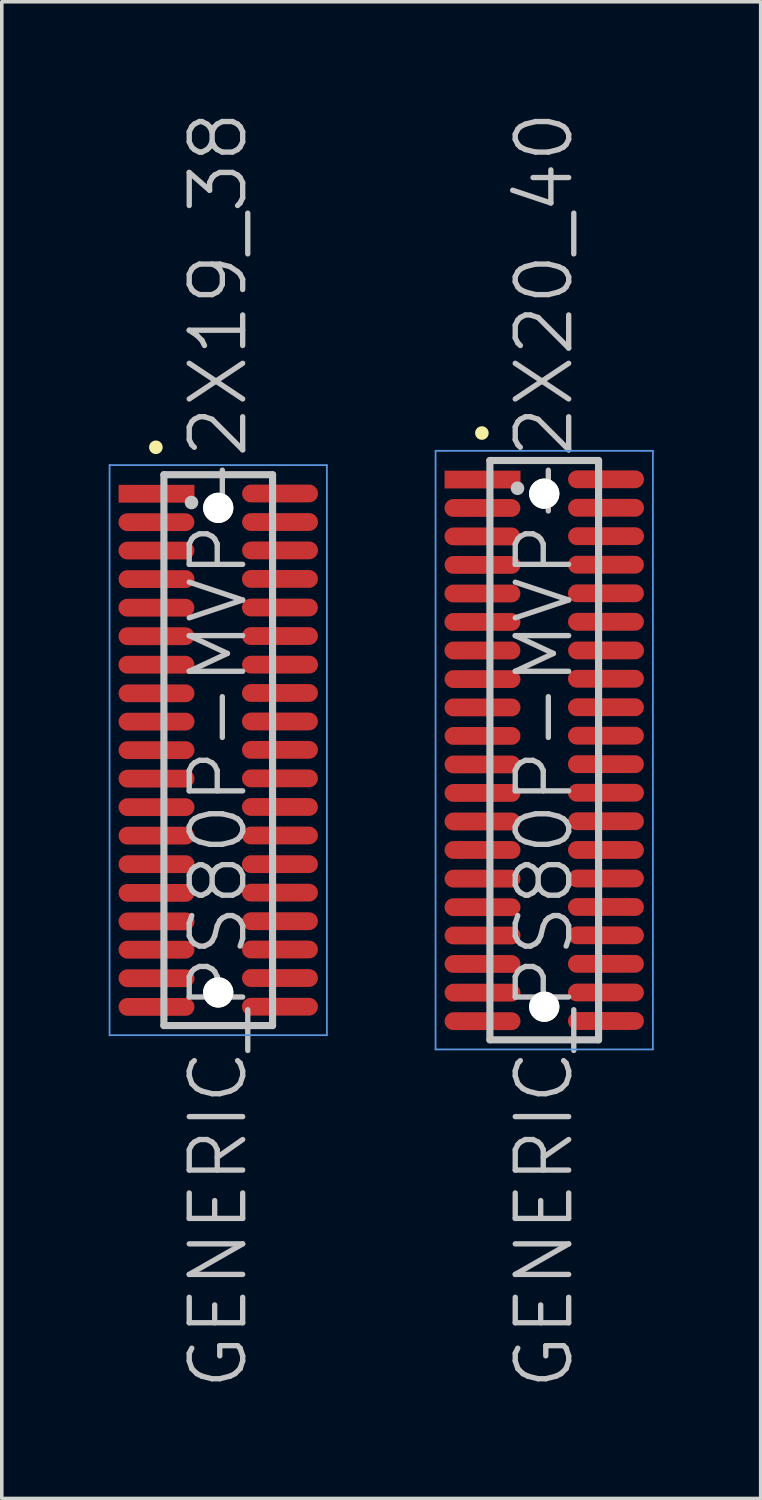
<source format=kicad_pcb>
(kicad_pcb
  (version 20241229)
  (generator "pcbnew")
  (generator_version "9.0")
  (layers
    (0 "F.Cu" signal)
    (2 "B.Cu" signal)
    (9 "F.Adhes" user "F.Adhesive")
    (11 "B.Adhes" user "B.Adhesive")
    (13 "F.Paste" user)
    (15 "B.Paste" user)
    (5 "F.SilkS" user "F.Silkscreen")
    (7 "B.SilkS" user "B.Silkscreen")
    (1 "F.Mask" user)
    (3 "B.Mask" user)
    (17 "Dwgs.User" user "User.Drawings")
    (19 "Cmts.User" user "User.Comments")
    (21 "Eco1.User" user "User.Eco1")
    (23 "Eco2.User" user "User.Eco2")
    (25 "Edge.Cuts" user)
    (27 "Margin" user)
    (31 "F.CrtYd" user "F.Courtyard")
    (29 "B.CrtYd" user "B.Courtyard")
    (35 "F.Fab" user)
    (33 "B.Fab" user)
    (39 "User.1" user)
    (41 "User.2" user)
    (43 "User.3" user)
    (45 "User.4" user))
  (footprint "GENERIC_PS80P-MVP-2X19_38"
    (layer "F.Cu")
    (at 3.075 18.004)
    (property "Reference" "GENERIC_PS80P-MVP-2X19_38" (at 0 0 90) (layer "Dwgs.User") (effects (font (size 1.5 1.5) (thickness 0.15))))
    (attr smd)
    (fp_line (start -1.75 -8.5) (end -1.75 -8.5) (stroke (width 0.381) (type solid)) (layer "F.SilkS"))
    (fp_line (start -1.525 -7.73) (end -1.525 7.73) (stroke (width 0.2) (type solid)) (layer "Dwgs.User"))
    (fp_line (start -1.525 -7.73) (end 1.525 -7.73) (stroke (width 0.2) (type solid)) (layer "Dwgs.User"))
    (fp_line (start -1.525 7.73) (end 1.525 7.73) (stroke (width 0.2) (type solid)) (layer "Dwgs.User"))
    (fp_line (start -0.75 -6.95) (end -0.75 -6.95) (stroke (width 0.381) (type solid)) (layer "Dwgs.User"))
    (fp_line (start 1.525 -7.73) (end 1.525 7.73) (stroke (width 0.2) (type solid)) (layer "Dwgs.User"))
    (fp_line (start -3.05 -8) (end -3.05 8) (stroke (width 0.05) (type solid)) (layer "Cmts.User"))
    (fp_line (start -3.05 -8) (end 3.05 -8) (stroke (width 0.05) (type solid)) (layer "Cmts.User"))
    (fp_line (start -3.05 8) (end 3.05 8) (stroke (width 0.05) (type solid)) (layer "Cmts.User"))
    (fp_line (start 3.05 -8) (end 3.05 8) (stroke (width 0.05) (type solid)) (layer "Cmts.User"))
    (pad "" np_thru_hole circle (at 0 -6.8 270) (size 0.848 0.848) (drill 0.848) (layers "*.Cu" "*.Mask" "F.SilkS"))
    (pad "" np_thru_hole circle (at 0 6.8 270) (size 0.848 0.848) (drill 0.848) (layers "*.Cu" "*.Mask" "F.SilkS"))
    (pad "1" smd rect (at -1.732 -7.196 270) (size 0.5 2.13) (layers "F.Cu" "F.Mask" "F.Paste"))
    (pad "2" smd oval (at 1.735 -7.203 270) (size 0.5 2.13) (layers "F.Cu" "F.Mask" "F.Paste"))
    (pad "3" smd oval (at -1.735 -6.398 270) (size 0.5 2.13) (layers "F.Cu" "F.Mask" "F.Paste"))
    (pad "4" smd oval (at 1.735 -6.403 270) (size 0.5 2.13) (layers "F.Cu" "F.Mask" "F.Paste"))
    (pad "5" smd oval (at -1.735 -5.601 270) (size 0.5 2.13) (layers "F.Cu" "F.Mask" "F.Paste"))
    (pad "6" smd oval (at 1.735 -5.606 270) (size 0.5 2.13) (layers "F.Cu" "F.Mask" "F.Paste"))
    (pad "7" smd oval (at -1.732 -4.801 270) (size 0.5 2.13) (layers "F.Cu" "F.Mask" "F.Paste"))
    (pad "8" smd oval (at 1.732 -4.806 270) (size 0.5 2.13) (layers "F.Cu" "F.Mask" "F.Paste"))
    (pad "9" smd oval (at -1.735 -3.998 270) (size 0.5 2.13) (layers "F.Cu" "F.Mask" "F.Paste"))
    (pad "10" smd oval (at 1.732 -4.003 270) (size 0.5 2.13) (layers "F.Cu" "F.Mask" "F.Paste"))
    (pad "11" smd oval (at -1.735 -3.198 270) (size 0.5 2.13) (layers "F.Cu" "F.Mask" "F.Paste"))
    (pad "12" smd oval (at 1.732 -3.203 270) (size 0.5 2.13) (layers "F.Cu" "F.Mask" "F.Paste"))
    (pad "13" smd oval (at -1.735 -2.398 270) (size 0.5 2.13) (layers "F.Cu" "F.Mask" "F.Paste"))
    (pad "14" smd oval (at 1.735 -2.4 270) (size 0.5 2.13) (layers "F.Cu" "F.Mask" "F.Paste"))
    (pad "15" smd oval (at -1.732 -1.595 270) (size 0.5 2.13) (layers "F.Cu" "F.Mask" "F.Paste"))
    (pad "16" smd oval (at 1.732 -1.605 270) (size 0.5 2.13) (layers "F.Cu" "F.Mask" "F.Paste"))
    (pad "17" smd oval (at -1.732 -0.8 270) (size 0.5 2.13) (layers "F.Cu" "F.Mask" "F.Paste"))
    (pad "18" smd oval (at 1.732 -0.805 270) (size 0.5 2.13) (layers "F.Cu" "F.Mask" "F.Paste"))
    (pad "19" smd oval (at -1.732 0 270) (size 0.5 2.13) (layers "F.Cu" "F.Mask" "F.Paste"))
    (pad "20" smd oval (at 1.732 -0.008 270) (size 0.5 2.13) (layers "F.Cu" "F.Mask" "F.Paste"))
    (pad "21" smd oval (at -1.732 0.8 270) (size 0.5 2.13) (layers "F.Cu" "F.Mask" "F.Paste"))
    (pad "22" smd oval (at 1.732 0.792 270) (size 0.5 2.13) (layers "F.Cu" "F.Mask" "F.Paste"))
    (pad "23" smd oval (at -1.732 1.6 270) (size 0.5 2.13) (layers "F.Cu" "F.Mask" "F.Paste"))
    (pad "24" smd oval (at 1.732 1.595 270) (size 0.5 2.13) (layers "F.Cu" "F.Mask" "F.Paste"))
    (pad "25" smd oval (at -1.732 2.4 270) (size 0.5 2.13) (layers "F.Cu" "F.Mask" "F.Paste"))
    (pad "26" smd oval (at 1.732 2.395 270) (size 0.5 2.13) (layers "F.Cu" "F.Mask" "F.Paste"))
    (pad "27" smd oval (at -1.732 3.2 270) (size 0.5 2.13) (layers "F.Cu" "F.Mask" "F.Paste"))
    (pad "28" smd oval (at 1.732 3.2 270) (size 0.5 2.13) (layers "F.Cu" "F.Mask" "F.Paste"))
    (pad "29" smd oval (at -1.732 4.006 270) (size 0.5 2.13) (layers "F.Cu" "F.Mask" "F.Paste"))
    (pad "30" smd oval (at 1.732 4 270) (size 0.5 2.13) (layers "F.Cu" "F.Mask" "F.Paste"))
    (pad "31" smd oval (at -1.732 4.806 270) (size 0.5 2.13) (layers "F.Cu" "F.Mask" "F.Paste"))
    (pad "32" smd oval (at 1.732 4.801 270) (size 0.5 2.13) (layers "F.Cu" "F.Mask" "F.Paste"))
    (pad "33" smd oval (at -1.732 5.601 270) (size 0.5 2.13) (layers "F.Cu" "F.Mask" "F.Paste"))
    (pad "34" smd oval (at 1.732 5.596 270) (size 0.5 2.13) (layers "F.Cu" "F.Mask" "F.Paste"))
    (pad "35" smd oval (at -1.732 6.401 270) (size 0.5 2.13) (layers "F.Cu" "F.Mask" "F.Paste"))
    (pad "36" smd oval (at 1.732 6.396 270) (size 0.5 2.13) (layers "F.Cu" "F.Mask" "F.Paste"))
    (pad "37" smd oval (at -1.732 7.206 270) (size 0.5 2.13) (layers "F.Cu" "F.Mask" "F.Paste"))
    (pad "38" smd oval (at 1.732 7.201 270) (size 0.5 2.13) (layers "F.Cu" "F.Mask" "F.Paste")))
  (footprint "GENERIC_PS80P-MVP-2X20_40"
    (layer "F.Cu")
    (at 12.225 18.004)
    (property "Reference" "GENERIC_PS80P-MVP-2X20_40" (at 0 0 90) (layer "Dwgs.User") (effects (font (size 1.5 1.5) (thickness 0.15))))
    (attr smd)
    (fp_line (start -1.75 -8.9) (end -1.75 -8.9) (stroke (width 0.381) (type solid)) (layer "F.SilkS"))
    (fp_line (start -1.525 -8.13) (end -1.525 8.13) (stroke (width 0.2) (type solid)) (layer "Dwgs.User"))
    (fp_line (start -1.525 -8.13) (end 1.525 -8.13) (stroke (width 0.2) (type solid)) (layer "Dwgs.User"))
    (fp_line (start -1.525 8.13) (end 1.525 8.13) (stroke (width 0.2) (type solid)) (layer "Dwgs.User"))
    (fp_line (start -0.75 -7.35) (end -0.75 -7.35) (stroke (width 0.381) (type solid)) (layer "Dwgs.User"))
    (fp_line (start 1.525 -8.13) (end 1.525 8.13) (stroke (width 0.2) (type solid)) (layer "Dwgs.User"))
    (fp_line (start -3.05 -8.4) (end -3.05 8.4) (stroke (width 0.05) (type solid)) (layer "Cmts.User"))
    (fp_line (start -3.05 -8.4) (end 3.05 -8.4) (stroke (width 0.05) (type solid)) (layer "Cmts.User"))
    (fp_line (start -3.05 8.4) (end 3.05 8.4) (stroke (width 0.05) (type solid)) (layer "Cmts.User"))
    (fp_line (start 3.05 -8.4) (end 3.05 8.4) (stroke (width 0.05) (type solid)) (layer "Cmts.User"))
    (pad "" np_thru_hole circle (at 0 -7.198 270) (size 0.848 0.848) (drill 0.848) (layers "*.Cu" "*.Mask" "F.SilkS"))
    (pad "" np_thru_hole circle (at 0 7.201 270) (size 0.848 0.848) (drill 0.848) (layers "*.Cu" "*.Mask" "F.SilkS"))
    (pad "1" smd rect (at -1.732 -7.595 270) (size 0.5 2.13) (layers "F.Cu" "F.Mask" "F.Paste"))
    (pad "2" smd oval (at 1.735 -7.602 270) (size 0.5 2.13) (layers "F.Cu" "F.Mask" "F.Paste"))
    (pad "3" smd oval (at -1.735 -6.797 270) (size 0.5 2.13) (layers "F.Cu" "F.Mask" "F.Paste"))
    (pad "4" smd oval (at 1.735 -6.802 270) (size 0.5 2.13) (layers "F.Cu" "F.Mask" "F.Paste"))
    (pad "5" smd oval (at -1.735 -5.999 270) (size 0.5 2.13) (layers "F.Cu" "F.Mask" "F.Paste"))
    (pad "6" smd oval (at 1.735 -6.005 270) (size 0.5 2.13) (layers "F.Cu" "F.Mask" "F.Paste"))
    (pad "7" smd oval (at -1.732 -5.199 270) (size 0.5 2.13) (layers "F.Cu" "F.Mask" "F.Paste"))
    (pad "8" smd oval (at 1.732 -5.204 270) (size 0.5 2.13) (layers "F.Cu" "F.Mask" "F.Paste"))
    (pad "9" smd oval (at -1.735 -4.397 270) (size 0.5 2.13) (layers "F.Cu" "F.Mask" "F.Paste"))
    (pad "10" smd oval (at 1.732 -4.402 270) (size 0.5 2.13) (layers "F.Cu" "F.Mask" "F.Paste"))
    (pad "11" smd oval (at -1.735 -3.597 270) (size 0.5 2.13) (layers "F.Cu" "F.Mask" "F.Paste"))
    (pad "12" smd oval (at 1.732 -3.602 270) (size 0.5 2.13) (layers "F.Cu" "F.Mask" "F.Paste"))
    (pad "13" smd oval (at -1.735 -2.797 270) (size 0.5 2.13) (layers "F.Cu" "F.Mask" "F.Paste"))
    (pad "14" smd oval (at 1.735 -2.799 270) (size 0.5 2.13) (layers "F.Cu" "F.Mask" "F.Paste"))
    (pad "15" smd oval (at -1.732 -1.994 270) (size 0.5 2.13) (layers "F.Cu" "F.Mask" "F.Paste"))
    (pad "16" smd oval (at 1.732 -2.004 270) (size 0.5 2.13) (layers "F.Cu" "F.Mask" "F.Paste"))
    (pad "17" smd oval (at -1.732 -1.199 270) (size 0.5 2.13) (layers "F.Cu" "F.Mask" "F.Paste"))
    (pad "18" smd oval (at 1.732 -1.204 270) (size 0.5 2.13) (layers "F.Cu" "F.Mask" "F.Paste"))
    (pad "19" smd oval (at -1.732 -0.399 270) (size 0.5 2.13) (layers "F.Cu" "F.Mask" "F.Paste"))
    (pad "20" smd oval (at 1.732 -0.406 270) (size 0.5 2.13) (layers "F.Cu" "F.Mask" "F.Paste"))
    (pad "21" smd oval (at -1.732 0.401 270) (size 0.5 2.13) (layers "F.Cu" "F.Mask" "F.Paste"))
    (pad "22" smd oval (at 1.732 0.394 270) (size 0.5 2.13) (layers "F.Cu" "F.Mask" "F.Paste"))
    (pad "23" smd oval (at -1.732 1.201 270) (size 0.5 2.13) (layers "F.Cu" "F.Mask" "F.Paste"))
    (pad "24" smd oval (at 1.732 1.196 270) (size 0.5 2.13) (layers "F.Cu" "F.Mask" "F.Paste"))
    (pad "25" smd oval (at -1.732 2.002 270) (size 0.5 2.13) (layers "F.Cu" "F.Mask" "F.Paste"))
    (pad "26" smd oval (at 1.732 1.996 270) (size 0.5 2.13) (layers "F.Cu" "F.Mask" "F.Paste"))
    (pad "27" smd oval (at -1.732 2.802 270) (size 0.5 2.13) (layers "F.Cu" "F.Mask" "F.Paste"))
    (pad "28" smd oval (at 1.732 2.802 270) (size 0.5 2.13) (layers "F.Cu" "F.Mask" "F.Paste"))
    (pad "29" smd oval (at -1.732 3.607 270) (size 0.5 2.13) (layers "F.Cu" "F.Mask" "F.Paste"))
    (pad "30" smd oval (at 1.732 3.602 270) (size 0.5 2.13) (layers "F.Cu" "F.Mask" "F.Paste"))
    (pad "31" smd oval (at -1.732 4.407 270) (size 0.5 2.13) (layers "F.Cu" "F.Mask" "F.Paste"))
    (pad "32" smd oval (at 1.732 4.402 270) (size 0.5 2.13) (layers "F.Cu" "F.Mask" "F.Paste"))
    (pad "33" smd oval (at -1.732 5.202 270) (size 0.5 2.13) (layers "F.Cu" "F.Mask" "F.Paste"))
    (pad "34" smd oval (at 1.732 5.197 270) (size 0.5 2.13) (layers "F.Cu" "F.Mask" "F.Paste"))
    (pad "35" smd oval (at -1.732 6.002 270) (size 0.5 2.13) (layers "F.Cu" "F.Mask" "F.Paste"))
    (pad "36" smd oval (at 1.732 5.997 270) (size 0.5 2.13) (layers "F.Cu" "F.Mask" "F.Paste"))
    (pad "37" smd oval (at -1.732 6.807 270) (size 0.5 2.13) (layers "F.Cu" "F.Mask" "F.Paste"))
    (pad "38" smd oval (at 1.732 6.802 270) (size 0.5 2.13) (layers "F.Cu" "F.Mask" "F.Paste"))
    (pad "39" smd oval (at -1.732 7.607 270) (size 0.5 2.13) (layers "F.Cu" "F.Mask" "F.Paste"))
    (pad "40" smd oval (at 1.732 7.602 270) (size 0.5 2.13) (layers "F.Cu" "F.Mask" "F.Paste")))
  (gr_rect
    (start -3 -3)
    (end 18.3 39.007)
    (stroke (width 0.1) (type default))
    (fill no)
    (layer "Edge.Cuts")))
</source>
